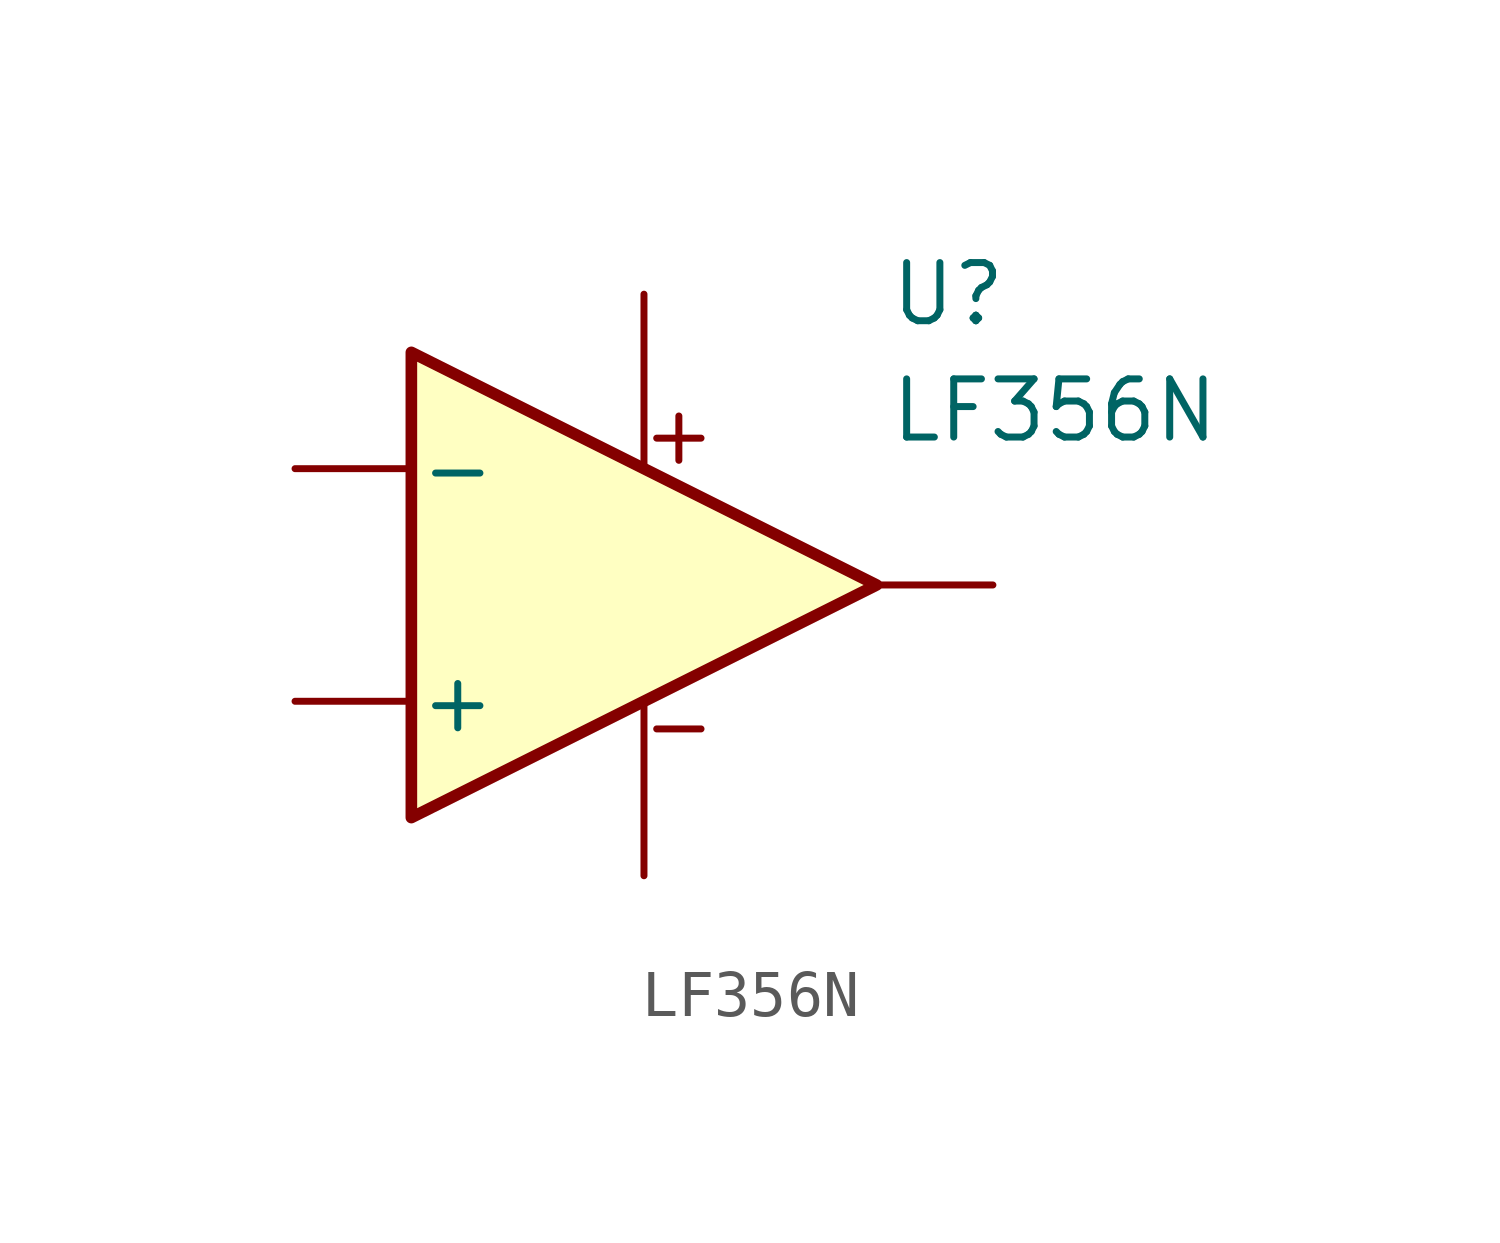
<source format=kicad_sym>
(kicad_symbol_lib
  (version 20231120)
  (generator "kicad_symbol_editor")
  (generator_version "8.0")
  (symbol "LF356N"
    (pin_numbers hide)
    (pin_names
      (offset 0.127))
    (property "Reference" "U"
      (at 5.334 6.35 0)
      (effects (font (size 1.27 1.27)) (justify left)))
    (property "Value" "LF356N"
      (at 5.334 3.81 0)
      (effects (font (size 1.27 1.27)) (justify left)))
    (symbol "LF356N_0_1"
      (polyline (pts (xy -5.08 5.08) (xy 5.08 0) (xy -5.08 -5.08) (xy -5.08 5.08)) (stroke (width 0.254) (type default)) (fill (type background))))
    (symbol "LF356N_1_1"
      (text "+" (at 0.762 3.302 0) (effects (font (size 1.27 1.27))))
      (text "-" (at 0.762 -3.048 0) (effects (font (size 1.27 1.27))))
      (pin input line (at -7.62 2.54 0) (length 2.54) (name "-" (effects (font (size 1.27 1.27)))) (number "2" (effects (font (size 1.27 1.27)))))
      (pin input line (at -7.62 -2.54 0) (length 2.54) (name "+" (effects (font (size 1.27 1.27)))) (number "3" (effects (font (size 1.27 1.27)))))
      (pin power_in line (at 0 -6.35 90) (length 3.81) (name "" (effects (font (size 1.27 1.27)))) (number "4" (effects (font (size 1.27 1.27)))))
      (pin output line (at 7.62 0 180) (length 2.54) (name "~" (effects (font (size 1.27 1.27)))) (number "6" (effects (font (size 1.27 1.27)))))
      (pin power_in line (at 0 6.35 270) (length 3.81) (name "" (effects (font (size 1.27 1.27)))) (number "7" (effects (font (size 1.27 1.27))))))))
</source>
